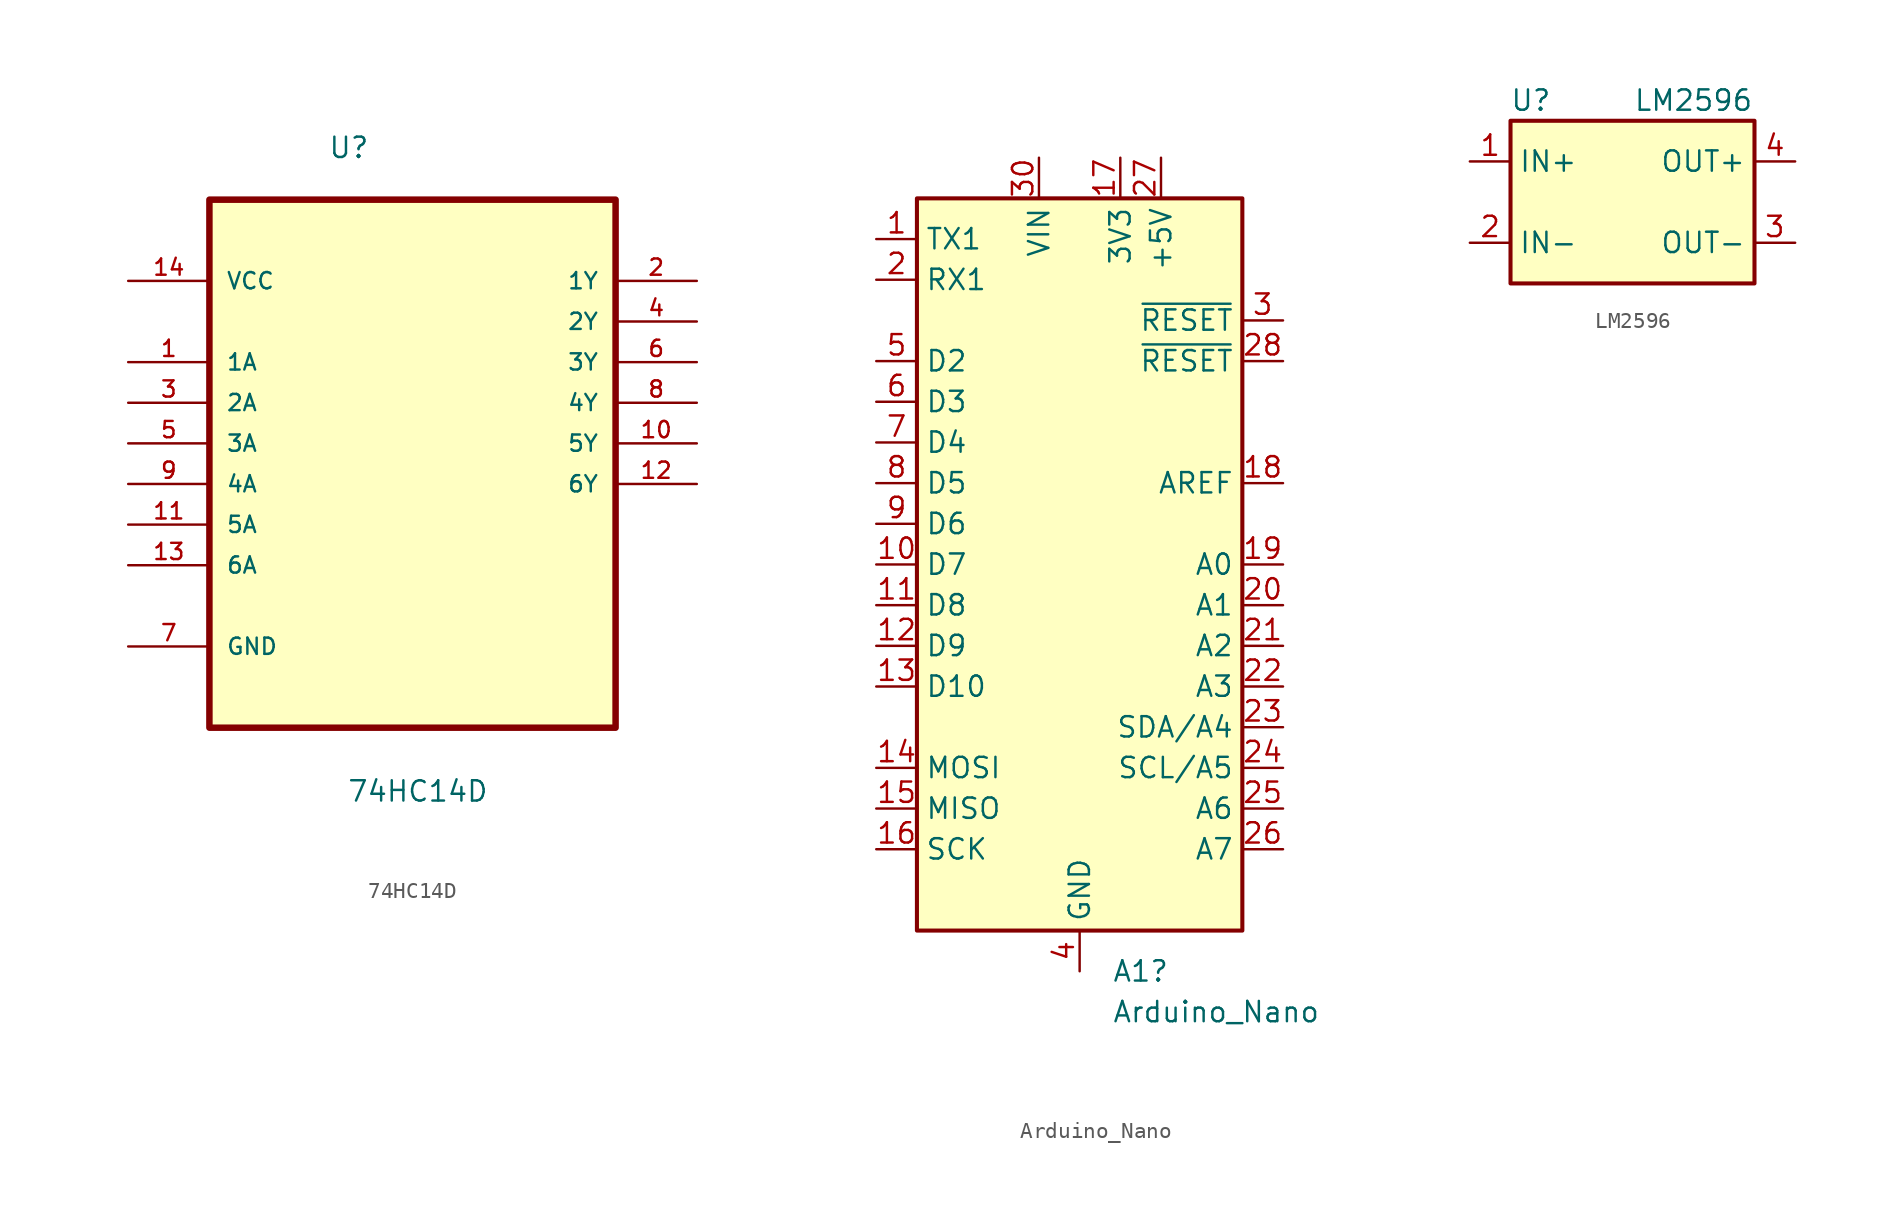
<source format=kicad_sym>
(kicad_symbol_lib
  (version 20211014)
  (generator kicad_symbol_editor)
  (symbol "74HC14D"
    (pin_names
      (offset 1.016))
    (property "Reference" "U"
      (at -5.289 15.207 0)
      (effects (font (size 1.27 1.27)) (justify left bottom)))
    (property "Value" "74HC14D"
      (at -4.118 -25.039 0)
      (effects (font (size 1.27 1.27)) (justify left bottom)))
    (symbol "74HC14D_0_0"
      (rectangle (start -12.7 -20.32) (end 12.7 12.7) (stroke (width 0.406) (type default) (color 0 0 0 0)) (fill (type background)))
      (pin input line (at -17.78 2.54 0) (length 5.08) (name "1A" (effects (font (size 1.016 1.016)))) (number "1" (effects (font (size 1.016 1.016)))))
      (pin output line (at 17.78 -2.54 180) (length 5.08) (name "5Y" (effects (font (size 1.016 1.016)))) (number "10" (effects (font (size 1.016 1.016)))))
      (pin input line (at -17.78 -7.62 0) (length 5.08) (name "5A" (effects (font (size 1.016 1.016)))) (number "11" (effects (font (size 1.016 1.016)))))
      (pin output line (at 17.78 -5.08 180) (length 5.08) (name "6Y" (effects (font (size 1.016 1.016)))) (number "12" (effects (font (size 1.016 1.016)))))
      (pin input line (at -17.78 -10.16 0) (length 5.08) (name "6A" (effects (font (size 1.016 1.016)))) (number "13" (effects (font (size 1.016 1.016)))))
      (pin power_in line (at -17.78 7.62 0) (length 5.08) (name "VCC" (effects (font (size 1.016 1.016)))) (number "14" (effects (font (size 1.016 1.016)))))
      (pin output line (at 17.78 7.62 180) (length 5.08) (name "1Y" (effects (font (size 1.016 1.016)))) (number "2" (effects (font (size 1.016 1.016)))))
      (pin input line (at -17.78 0 0) (length 5.08) (name "2A" (effects (font (size 1.016 1.016)))) (number "3" (effects (font (size 1.016 1.016)))))
      (pin output line (at 17.78 5.08 180) (length 5.08) (name "2Y" (effects (font (size 1.016 1.016)))) (number "4" (effects (font (size 1.016 1.016)))))
      (pin input line (at -17.78 -2.54 0) (length 5.08) (name "3A" (effects (font (size 1.016 1.016)))) (number "5" (effects (font (size 1.016 1.016)))))
      (pin output line (at 17.78 2.54 180) (length 5.08) (name "3Y" (effects (font (size 1.016 1.016)))) (number "6" (effects (font (size 1.016 1.016)))))
      (pin passive line (at -17.78 -15.24 0) (length 5.08) (name "GND" (effects (font (size 1.016 1.016)))) (number "7" (effects (font (size 1.016 1.016)))))
      (pin output line (at 17.78 0 180) (length 5.08) (name "4Y" (effects (font (size 1.016 1.016)))) (number "8" (effects (font (size 1.016 1.016)))))
      (pin input line (at -17.78 -5.08 0) (length 5.08) (name "4A" (effects (font (size 1.016 1.016)))) (number "9" (effects (font (size 1.016 1.016)))))))
  (symbol "Arduino_Nano"
    (property "Reference" "A1"
      (at 2.019 -25.4 0)
      (effects (font (size 1.27 1.27)) (justify left)))
    (property "Value" "Arduino_Nano"
      (at 2.019 -27.94 0)
      (effects (font (size 1.27 1.27)) (justify left)))
    (symbol "Arduino_Nano_0_1"
      (rectangle (start -10.16 22.86) (end 10.16 -22.86) (stroke (width 0.254) (type default) (color 0 0 0 0)) (fill (type background))))
    (symbol "Arduino_Nano_1_1"
      (pin bidirectional line (at -12.7 20.32 0) (length 2.54) (name "TX1" (effects (font (size 1.27 1.27)))) (number "1" (effects (font (size 1.27 1.27)))))
      (pin bidirectional line (at -12.7 0 0) (length 2.54) (name "D7" (effects (font (size 1.27 1.27)))) (number "10" (effects (font (size 1.27 1.27)))))
      (pin bidirectional line (at -12.7 -2.54 0) (length 2.54) (name "D8" (effects (font (size 1.27 1.27)))) (number "11" (effects (font (size 1.27 1.27)))))
      (pin bidirectional line (at -12.7 -5.08 0) (length 2.54) (name "D9" (effects (font (size 1.27 1.27)))) (number "12" (effects (font (size 1.27 1.27)))))
      (pin bidirectional line (at -12.7 -7.62 0) (length 2.54) (name "D10" (effects (font (size 1.27 1.27)))) (number "13" (effects (font (size 1.27 1.27)))))
      (pin bidirectional line (at -12.7 -12.7 0) (length 2.54) (name "MOSI" (effects (font (size 1.27 1.27)))) (number "14" (effects (font (size 1.27 1.27)))))
      (pin bidirectional line (at -12.7 -15.24 0) (length 2.54) (name "MISO" (effects (font (size 1.27 1.27)))) (number "15" (effects (font (size 1.27 1.27)))))
      (pin bidirectional line (at -12.7 -17.78 0) (length 2.54) (name "SCK" (effects (font (size 1.27 1.27)))) (number "16" (effects (font (size 1.27 1.27)))))
      (pin power_out line (at 2.54 25.4 270) (length 2.54) (name "3V3" (effects (font (size 1.27 1.27)))) (number "17" (effects (font (size 1.27 1.27)))))
      (pin input line (at 12.7 5.08 180) (length 2.54) (name "AREF" (effects (font (size 1.27 1.27)))) (number "18" (effects (font (size 1.27 1.27)))))
      (pin bidirectional line (at 12.7 0 180) (length 2.54) (name "A0" (effects (font (size 1.27 1.27)))) (number "19" (effects (font (size 1.27 1.27)))))
      (pin bidirectional line (at -12.7 17.78 0) (length 2.54) (name "RX1" (effects (font (size 1.27 1.27)))) (number "2" (effects (font (size 1.27 1.27)))))
      (pin bidirectional line (at 12.7 -2.54 180) (length 2.54) (name "A1" (effects (font (size 1.27 1.27)))) (number "20" (effects (font (size 1.27 1.27)))))
      (pin bidirectional line (at 12.7 -5.08 180) (length 2.54) (name "A2" (effects (font (size 1.27 1.27)))) (number "21" (effects (font (size 1.27 1.27)))))
      (pin bidirectional line (at 12.7 -7.62 180) (length 2.54) (name "A3" (effects (font (size 1.27 1.27)))) (number "22" (effects (font (size 1.27 1.27)))))
      (pin bidirectional line (at 12.7 -10.16 180) (length 2.54) (name "SDA/A4" (effects (font (size 1.27 1.27)))) (number "23" (effects (font (size 1.27 1.27)))))
      (pin bidirectional line (at 12.7 -12.7 180) (length 2.54) (name "SCL/A5" (effects (font (size 1.27 1.27)))) (number "24" (effects (font (size 1.27 1.27)))))
      (pin bidirectional line (at 12.7 -15.24 180) (length 2.54) (name "A6" (effects (font (size 1.27 1.27)))) (number "25" (effects (font (size 1.27 1.27)))))
      (pin bidirectional line (at 12.7 -17.78 180) (length 2.54) (name "A7" (effects (font (size 1.27 1.27)))) (number "26" (effects (font (size 1.27 1.27)))))
      (pin power_out line (at 5.08 25.4 270) (length 2.54) (name "+5V" (effects (font (size 1.27 1.27)))) (number "27" (effects (font (size 1.27 1.27)))))
      (pin input line (at 12.7 12.7 180) (length 2.54) (name "~{RESET}" (effects (font (size 1.27 1.27)))) (number "28" (effects (font (size 1.27 1.27)))))
      (pin passive line (at 0 -25.4 90) (length 2.54) hide (name "GND" (effects (font (size 1.27 1.27)))) (number "29" (effects (font (size 1.27 1.27)))))
      (pin input line (at 12.7 15.24 180) (length 2.54) (name "~{RESET}" (effects (font (size 1.27 1.27)))) (number "3" (effects (font (size 1.27 1.27)))))
      (pin power_in line (at -2.54 25.4 270) (length 2.54) (name "VIN" (effects (font (size 1.27 1.27)))) (number "30" (effects (font (size 1.27 1.27)))))
      (pin power_in line (at 0 -25.4 90) (length 2.54) (name "GND" (effects (font (size 1.27 1.27)))) (number "4" (effects (font (size 1.27 1.27)))))
      (pin bidirectional line (at -12.7 12.7 0) (length 2.54) (name "D2" (effects (font (size 1.27 1.27)))) (number "5" (effects (font (size 1.27 1.27)))))
      (pin bidirectional line (at -12.7 10.16 0) (length 2.54) (name "D3" (effects (font (size 1.27 1.27)))) (number "6" (effects (font (size 1.27 1.27)))))
      (pin bidirectional line (at -12.7 7.62 0) (length 2.54) (name "D4" (effects (font (size 1.27 1.27)))) (number "7" (effects (font (size 1.27 1.27)))))
      (pin bidirectional line (at -12.7 5.08 0) (length 2.54) (name "D5" (effects (font (size 1.27 1.27)))) (number "8" (effects (font (size 1.27 1.27)))))
      (pin bidirectional line (at -12.7 2.54 0) (length 2.54) (name "D6" (effects (font (size 1.27 1.27)))) (number "9" (effects (font (size 1.27 1.27)))))))
  (symbol "LM2596"
    (property "Reference" "U"
      (at -6.35 6.35 0)
      (effects (font (size 1.27 1.27))))
    (property "Value" "LM2596"
      (at 3.81 6.35 0)
      (effects (font (size 1.27 1.27))))
    (symbol "LM2596_0_1"
      (rectangle (start -7.62 5.08) (end 7.62 -5.08) (stroke (width 0.254) (type default) (color 0 0 0 0)) (fill (type background))))
    (symbol "LM2596_1_1"
      (pin power_in line (at -10.16 2.54 0) (length 2.54) (name "IN+" (effects (font (size 1.27 1.27)))) (number "1" (effects (font (size 1.27 1.27)))))
      (pin passive line (at -10.16 -2.54 0) (length 2.54) (name "IN-" (effects (font (size 1.27 1.27)))) (number "2" (effects (font (size 1.27 1.27)))))
      (pin passive line (at 10.16 -2.54 180) (length 2.54) (name "OUT-" (effects (font (size 1.27 1.27)))) (number "3" (effects (font (size 1.27 1.27)))))
      (pin power_out line (at 10.16 2.54 180) (length 2.54) (name "OUT+" (effects (font (size 1.27 1.27)))) (number "4" (effects (font (size 1.27 1.27))))))))
</source>
